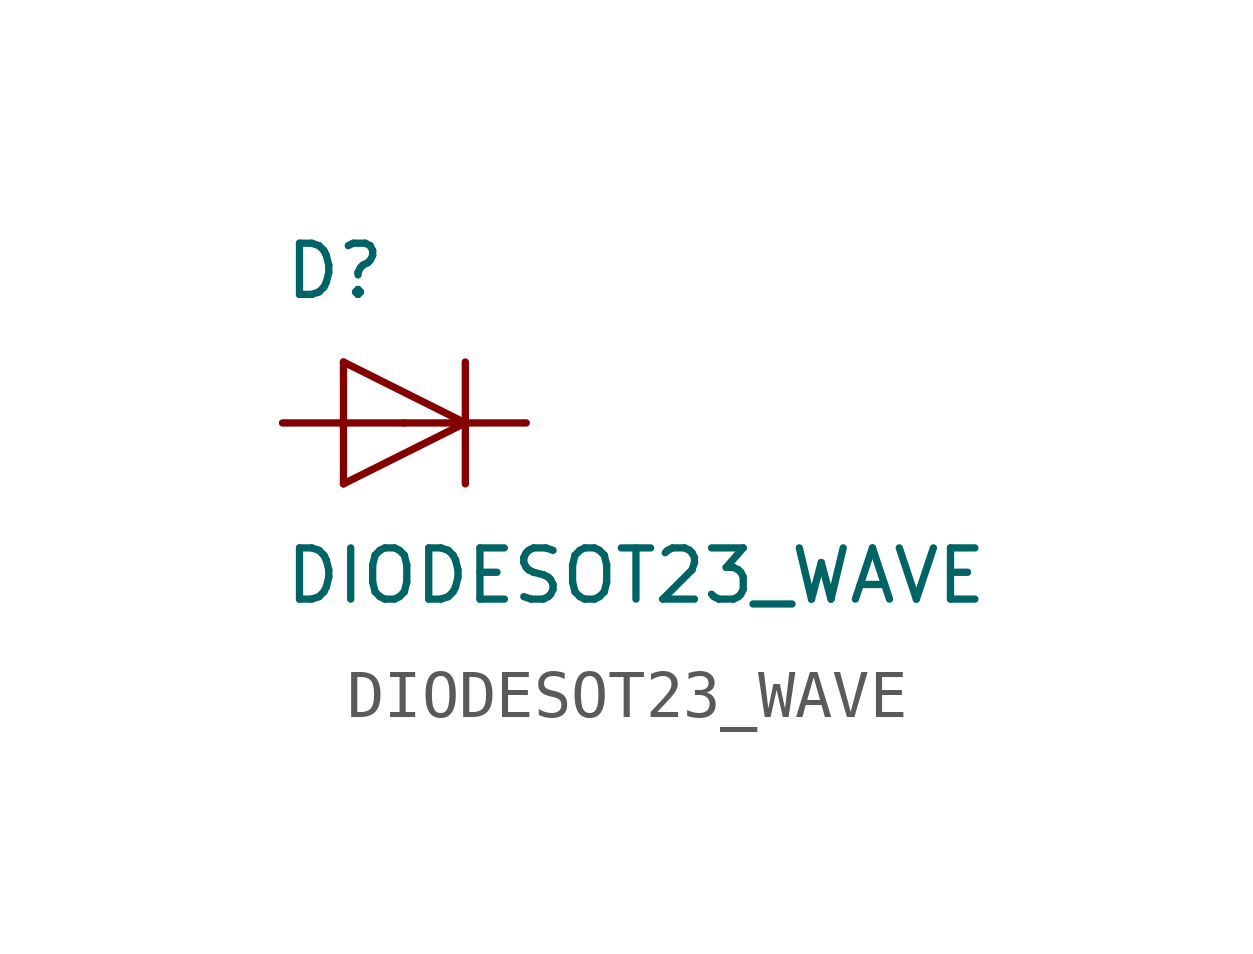
<source format=kicad_sym>
(kicad_symbol_lib
  (version 20211014)
  (generator kicad_symbol_editor)
  (symbol "DIODESOT23_WAVE"
    (pin_names
      (offset 1.016))
    (property "Reference" "D"
      (at -2.54 2.54 0)
      (effects (font (size 1.067 1.067)) (justify left bottom)))
    (property "Value" "DIODESOT23_WAVE"
      (at -2.54 -3.81 0)
      (effects (font (size 1.067 1.067)) (justify left bottom)))
    (property "ki_locked" ""
      (at 0 0 0)
      (effects (font (size 1.27 1.27))))
    (symbol "DIODESOT23_WAVE_1_0"
      (polyline (pts (xy -1.27 -1.27) (xy 1.27 0)) (stroke (width 0) (type default) (color 0 0 0 0)) (fill (type none)))
      (polyline (pts (xy -1.27 1.27) (xy -1.27 -1.27)) (stroke (width 0) (type default) (color 0 0 0 0)) (fill (type none)))
      (polyline (pts (xy 1.27 0) (xy -1.27 1.27)) (stroke (width 0) (type default) (color 0 0 0 0)) (fill (type none)))
      (polyline (pts (xy 1.27 0) (xy 1.27 -1.27)) (stroke (width 0) (type default) (color 0 0 0 0)) (fill (type none)))
      (polyline (pts (xy 1.27 1.27) (xy 1.27 0)) (stroke (width 0) (type default) (color 0 0 0 0)) (fill (type none)))
      (pin passive line (at -2.54 0 0) (length 2.54) (name "A" (effects (font (size 0 0)))) (number "1" (effects (font (size 0 0)))))
      (pin passive line (at 2.54 0 180) (length 2.54) (name "C" (effects (font (size 0 0)))) (number "3" (effects (font (size 0 0))))))))
</source>
